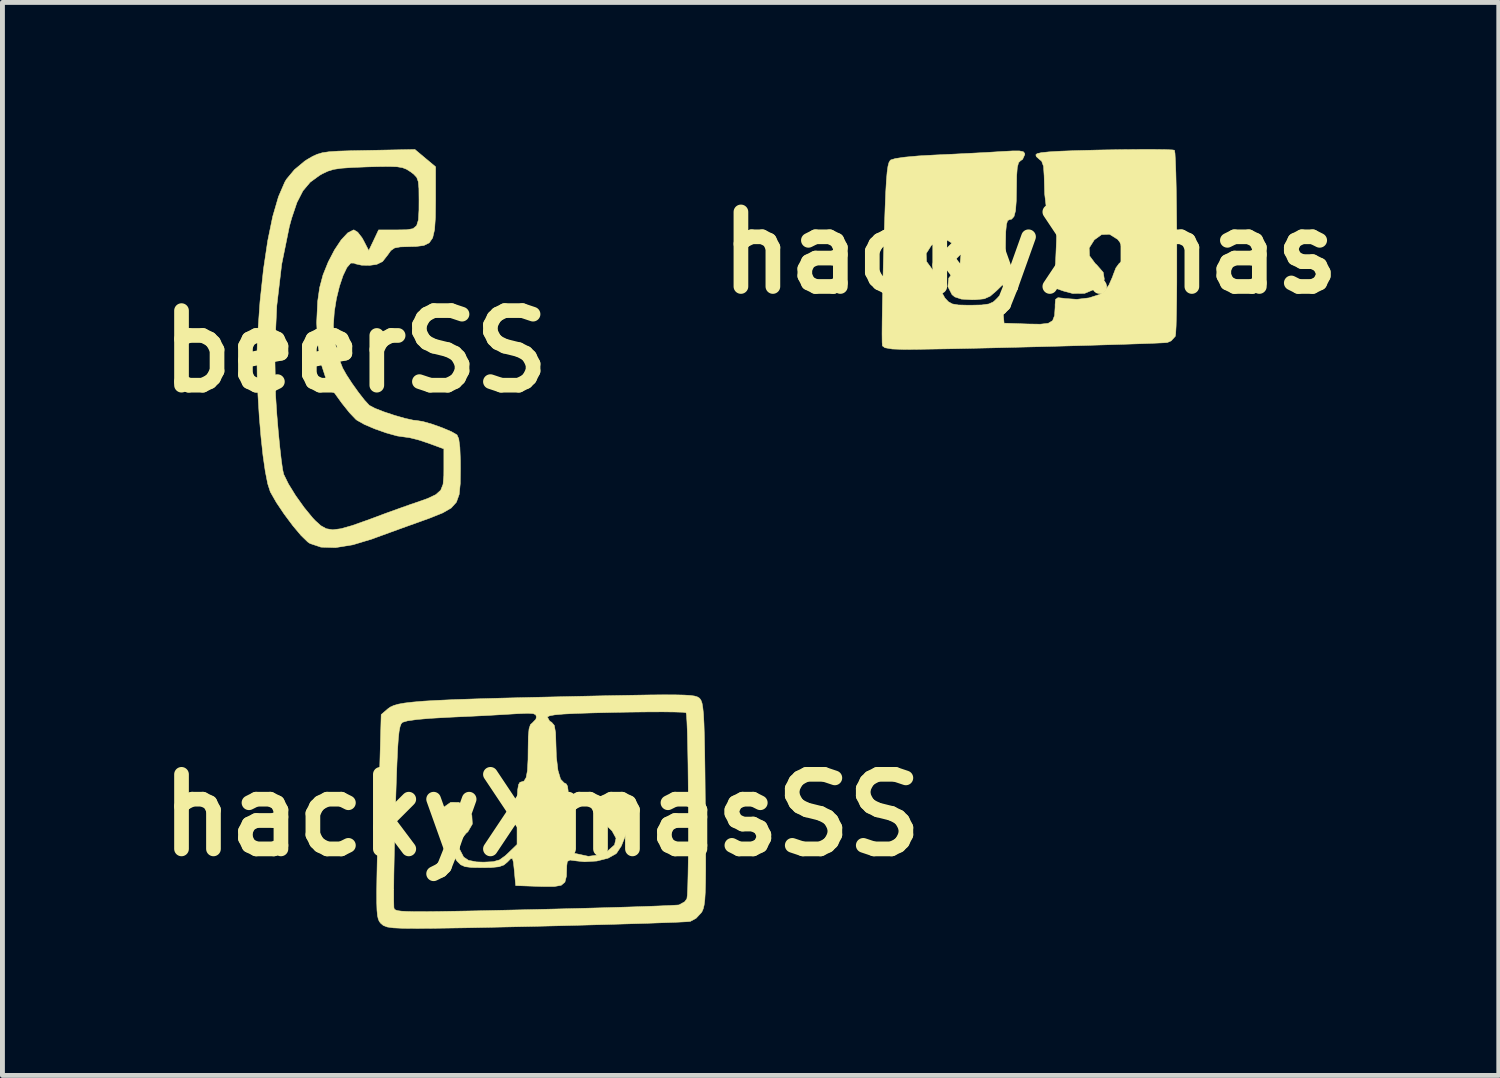
<source format=kicad_pcb>
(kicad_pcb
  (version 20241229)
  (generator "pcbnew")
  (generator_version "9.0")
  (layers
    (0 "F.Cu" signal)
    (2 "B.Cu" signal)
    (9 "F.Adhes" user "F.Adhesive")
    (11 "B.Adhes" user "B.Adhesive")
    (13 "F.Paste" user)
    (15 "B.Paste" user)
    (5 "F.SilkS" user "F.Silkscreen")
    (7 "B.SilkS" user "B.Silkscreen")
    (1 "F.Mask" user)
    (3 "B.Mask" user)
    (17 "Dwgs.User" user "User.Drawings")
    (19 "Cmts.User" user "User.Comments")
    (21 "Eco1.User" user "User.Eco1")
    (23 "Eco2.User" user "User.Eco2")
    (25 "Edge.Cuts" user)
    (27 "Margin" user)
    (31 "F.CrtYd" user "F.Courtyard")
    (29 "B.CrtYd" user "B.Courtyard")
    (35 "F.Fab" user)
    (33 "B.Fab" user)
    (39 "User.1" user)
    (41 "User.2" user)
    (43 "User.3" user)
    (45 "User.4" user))
  (footprint "hackyXmas"
    (layer "F.Cu")
    (at 18.008 2.116)
    (property "Reference" "hackyXmas" (at 0 0 0) (layer "F.SilkS") (effects (font (size 1.524 1.524) (thickness 0.3))))
    (attr through_hole)
    (fp_poly (pts (xy 2.54 -2.111) (xy 2.765 -2.108) (xy 2.906 -2.102) (xy 2.946 -2.095) (xy 2.957 -2.031) (xy 2.966 -1.871) (xy 2.975 -1.629) (xy 2.982 -1.324) (xy 2.987 -0.97) (xy 2.991 -0.585) (xy 2.994 -0.183) (xy 2.994 0.218) (xy 2.994 0.603) (xy 2.991 0.954) (xy 2.986 1.257) (xy 2.98 1.495) (xy 2.971 1.652) (xy 2.963 1.708) (xy 2.879 1.8) (xy 2.802 1.834) (xy 2.724 1.84) (xy 2.548 1.848) (xy 2.285 1.858) (xy 1.951 1.869) (xy 1.559 1.881) (xy 1.123 1.894) (xy 0.655 1.907) (xy 0.17 1.92) (xy -0.318 1.932) (xy -0.796 1.944) (xy -1.25 1.954) (xy -1.666 1.963) (xy -2.032 1.969) (xy -2.332 1.974) (xy -2.554 1.976) (xy -2.569 1.976) (xy -2.822 1.967) (xy -2.971 1.941) (xy -3.023 1.903) (xy -3.028 1.831) (xy -3.03 1.66) (xy -3.028 1.404) (xy -3.023 1.077) (xy -3.015 0.693) (xy -3.005 0.267) (xy -2.998 0.001) (xy -2.982 -0.509) (xy -2.968 -0.918) (xy -2.955 -1.237) (xy -2.941 -1.478) (xy -2.926 -1.652) (xy -2.909 -1.77) (xy -2.889 -1.844) (xy -2.865 -1.885) (xy -2.852 -1.897) (xy -2.757 -1.926) (xy -2.565 -1.954) (xy -2.291 -1.979) (xy -1.952 -1.998) (xy -1.93 -1.999) (xy -1.583 -2.015) (xy -1.226 -2.033) (xy -0.898 -2.05) (xy -0.638 -2.066) (xy -0.607 -2.068) (xy -0.368 -2.081) (xy -0.221 -2.081) (xy -0.143 -2.065) (xy -0.115 -2.031) (xy -0.113 -2.008) (xy -0.158 -1.909) (xy -0.198 -1.883) (xy -0.24 -1.842) (xy -0.266 -1.744) (xy -0.279 -1.57) (xy -0.282 -1.353) (xy -0.287 -1.059) (xy -0.302 -0.86) (xy -0.333 -0.742) (xy -0.382 -0.687) (xy -0.429 -0.677) (xy -0.465 -0.655) (xy -0.488 -0.577) (xy -0.502 -0.428) (xy -0.507 -0.19) (xy -0.508 -0.039) (xy -0.508 0.599) (xy -0.694 0.779) (xy -0.82 0.887) (xy -0.941 0.941) (xy -1.105 0.958) (xy -1.193 0.96) (xy -1.409 0.947) (xy -1.544 0.902) (xy -1.6 0.856) (xy -1.685 0.69) (xy -1.667 0.518) (xy -1.552 0.372) (xy -1.436 0.225) (xy -1.419 0.052) (xy -1.503 -0.118) (xy -1.542 -0.159) (xy -1.711 -0.265) (xy -1.875 -0.259) (xy -2.022 -0.152) (xy -2.128 0.016) (xy -2.121 0.179) (xy -2.004 0.339) (xy -1.897 0.488) (xy -1.863 0.623) (xy -1.828 0.776) (xy -1.746 0.924) (xy -1.675 1.001) (xy -1.593 1.046) (xy -1.469 1.067) (xy -1.271 1.072) (xy -1.218 1.072) (xy -0.993 1.067) (xy -0.85 1.047) (xy -0.757 1.005) (xy -0.7 0.953) (xy -0.638 0.889) (xy -0.603 0.886) (xy -0.583 0.962) (xy -0.565 1.132) (xy -0.564 1.136) (xy -0.536 1.439) (xy -0.049 1.456) (xy 0.204 1.46) (xy 0.366 1.442) (xy 0.456 1.388) (xy 0.496 1.282) (xy 0.507 1.11) (xy 0.507 1.056) (xy 0.516 0.953) (xy 0.565 0.918) (xy 0.686 0.931) (xy 0.706 0.935) (xy 0.952 0.952) (xy 1.202 0.922) (xy 1.414 0.853) (xy 1.514 0.788) (xy 1.607 0.659) (xy 1.683 0.487) (xy 1.692 0.457) (xy 1.749 0.31) (xy 1.818 0.216) (xy 1.835 0.205) (xy 1.905 0.126) (xy 1.916 -0.008) (xy 1.872 -0.157) (xy 1.788 -0.272) (xy 1.619 -0.378) (xy 1.456 -0.371) (xy 1.308 -0.264) (xy 1.203 -0.098) (xy 1.21 0.063) (xy 1.329 0.223) (xy 1.355 0.245) (xy 1.49 0.4) (xy 1.513 0.543) (xy 1.424 0.674) (xy 1.341 0.734) (xy 1.11 0.83) (xy 0.865 0.832) (xy 0.678 0.782) (xy 0.492 0.717) (xy 0.523 0.042) (xy 0.535 -0.246) (xy 0.538 -0.439) (xy 0.53 -0.559) (xy 0.509 -0.624) (xy 0.474 -0.654) (xy 0.454 -0.66) (xy 0.381 -0.737) (xy 0.327 -0.918) (xy 0.294 -1.2) (xy 0.283 -1.568) (xy 0.27 -1.768) (xy 0.231 -1.874) (xy 0.198 -1.899) (xy 0.123 -1.966) (xy 0.113 -2.002) (xy 0.139 -2.026) (xy 0.225 -2.046) (xy 0.38 -2.062) (xy 0.614 -2.076) (xy 0.938 -2.088) (xy 1.362 -2.099) (xy 1.51 -2.102) (xy 1.896 -2.108) (xy 2.245 -2.111) (xy 2.54 -2.111)) (stroke (width 0.01) (type solid)) (fill yes) (layer "F.SilkS")))
  (footprint "beerSS"
    (layer "F.Cu")
    (at 4.216 4.133)
    (property "Reference" "beerSS" (at 0 0 0) (layer "F.SilkS") (effects (font (size 1.524 1.524) (thickness 0.3))))
    (attr through_hole)
    (fp_poly (pts (xy 1.425 -3.951) (xy 1.637 -3.774) (xy 1.637 -3.085) (xy 1.633 -2.739) (xy 1.616 -2.49) (xy 1.577 -2.322) (xy 1.507 -2.22) (xy 1.397 -2.166) (xy 1.239 -2.146) (xy 1.112 -2.143) (xy 0.916 -2.137) (xy 0.798 -2.115) (xy 0.722 -2.062) (xy 0.652 -1.964) (xy 0.648 -1.959) (xy 0.552 -1.837) (xy 0.433 -1.779) (xy 0.291 -1.76) (xy 0.123 -1.763) (xy -0.002 -1.791) (xy -0.026 -1.805) (xy -0.097 -1.806) (xy -0.176 -1.715) (xy -0.255 -1.55) (xy -0.328 -1.332) (xy -0.39 -1.08) (xy -0.433 -0.813) (xy -0.451 -0.55) (xy -0.452 -0.521) (xy -0.417 -0.177) (xy -0.325 0.179) (xy -0.263 0.339) (xy -0.188 0.473) (xy -0.073 0.65) (xy 0.059 0.835) (xy 0.184 0.995) (xy 0.278 1.097) (xy 0.288 1.105) (xy 0.398 1.163) (xy 0.58 1.234) (xy 0.797 1.306) (xy 1.01 1.367) (xy 1.181 1.405) (xy 1.246 1.411) (xy 1.38 1.433) (xy 1.572 1.488) (xy 1.78 1.563) (xy 1.962 1.64) (xy 2.074 1.705) (xy 2.11 1.785) (xy 2.133 1.959) (xy 2.144 2.234) (xy 2.145 2.396) (xy 2.141 2.701) (xy 2.119 2.922) (xy 2.062 3.081) (xy 1.955 3.2) (xy 1.782 3.3) (xy 1.526 3.403) (xy 1.349 3.467) (xy 1.047 3.575) (xy 0.716 3.695) (xy 0.414 3.805) (xy 0.342 3.832) (xy -0.055 3.952) (xy -0.409 4.009) (xy -0.706 4) (xy -0.93 3.925) (xy -0.976 3.894) (xy -1.114 3.76) (xy -1.282 3.56) (xy -1.458 3.324) (xy -1.618 3.086) (xy -1.737 2.877) (xy -1.742 2.867) (xy -1.794 2.706) (xy -1.844 2.452) (xy -1.891 2.125) (xy -1.932 1.744) (xy -1.967 1.331) (xy -1.993 0.904) (xy -2.01 0.484) (xy -2.014 0.091) (xy -2.011 -0.031) (xy -1.651 -0.031) (xy -1.633 0.903) (xy -1.607 1.296) (xy -1.578 1.641) (xy -1.547 1.956) (xy -1.517 2.219) (xy -1.49 2.411) (xy -1.468 2.51) (xy -1.372 2.706) (xy -1.224 2.946) (xy -1.049 3.191) (xy -0.874 3.404) (xy -0.823 3.458) (xy -0.709 3.561) (xy -0.597 3.623) (xy -0.466 3.645) (xy -0.297 3.623) (xy -0.07 3.559) (xy 0.235 3.451) (xy 0.339 3.413) (xy 0.614 3.31) (xy 0.894 3.209) (xy 1.133 3.124) (xy 1.214 3.097) (xy 1.473 3.006) (xy 1.642 2.926) (xy 1.742 2.836) (xy 1.79 2.714) (xy 1.805 2.537) (xy 1.806 2.405) (xy 1.806 1.991) (xy 1.476 1.87) (xy 1.278 1.805) (xy 1.104 1.762) (xy 1.014 1.75) (xy 0.852 1.727) (xy 0.632 1.666) (xy 0.396 1.583) (xy 0.182 1.492) (xy 0.03 1.406) (xy 0.007 1.388) (xy -0.122 1.253) (xy -0.277 1.059) (xy -0.431 0.846) (xy -0.555 0.654) (xy -0.601 0.564) (xy -0.706 0.242) (xy -0.771 -0.153) (xy -0.794 -0.588) (xy -0.773 -1.026) (xy -0.733 -1.305) (xy -0.664 -1.564) (xy -0.558 -1.827) (xy -0.43 -2.073) (xy -0.293 -2.279) (xy -0.159 -2.423) (xy -0.042 -2.483) (xy -0.032 -2.484) (xy 0.045 -2.437) (xy 0.134 -2.322) (xy 0.162 -2.272) (xy 0.271 -2.061) (xy 0.372 -2.272) (xy 0.472 -2.484) (xy 0.851 -2.484) (xy 1.046 -2.487) (xy 1.174 -2.509) (xy 1.249 -2.57) (xy 1.286 -2.69) (xy 1.297 -2.888) (xy 1.298 -3.105) (xy 1.296 -3.329) (xy 1.283 -3.47) (xy 1.251 -3.558) (xy 1.189 -3.624) (xy 1.125 -3.672) (xy 1.045 -3.723) (xy 0.961 -3.756) (xy 0.848 -3.775) (xy 0.685 -3.781) (xy 0.447 -3.778) (xy 0.236 -3.772) (xy -0.068 -3.76) (xy -0.286 -3.745) (xy -0.443 -3.722) (xy -0.564 -3.685) (xy -0.676 -3.632) (xy -0.737 -3.597) (xy -0.926 -3.459) (xy -1.075 -3.282) (xy -1.197 -3.044) (xy -1.305 -2.724) (xy -1.352 -2.553) (xy -1.509 -1.781) (xy -1.609 -0.933) (xy -1.651 -0.031) (xy -2.011 -0.031) (xy -2.005 -0.257) (xy -2.004 -0.282) (xy -1.952 -1.016) (xy -1.881 -1.679) (xy -1.794 -2.263) (xy -1.692 -2.759) (xy -1.575 -3.161) (xy -1.446 -3.46) (xy -1.412 -3.518) (xy -1.249 -3.714) (xy -1.037 -3.891) (xy -0.981 -3.927) (xy -0.877 -3.987) (xy -0.783 -4.03) (xy -0.679 -4.061) (xy -0.544 -4.081) (xy -0.357 -4.094) (xy -0.099 -4.102) (xy 0.251 -4.109) (xy 0.254 -4.109) (xy 1.214 -4.128) (xy 1.425 -3.951)) (stroke (width 0.01) (type solid)) (fill yes) (layer "F.SilkS")))
  (footprint "hackyXmasSS"
    (layer "F.Cu")
    (at 8.026 13.611)
    (property "Reference" "hackyXmasSS" (at 0 0 0) (layer "F.SilkS") (effects (font (size 1.524 1.524) (thickness 0.3))))
    (attr through_hole)
    (fp_poly (pts (xy 2.727 -2.459) (xy 2.905 -2.455) (xy 3.033 -2.447) (xy 3.12 -2.435) (xy 3.176 -2.418) (xy 3.212 -2.397) (xy 3.227 -2.383) (xy 3.251 -2.348) (xy 3.272 -2.291) (xy 3.288 -2.2) (xy 3.302 -2.066) (xy 3.312 -1.876) (xy 3.32 -1.62) (xy 3.327 -1.287) (xy 3.333 -0.865) (xy 3.338 -0.344) (xy 3.34 -0.223) (xy 3.344 0.318) (xy 3.347 0.757) (xy 3.347 1.107) (xy 3.344 1.379) (xy 3.338 1.583) (xy 3.329 1.733) (xy 3.315 1.839) (xy 3.297 1.913) (xy 3.274 1.967) (xy 3.259 1.991) (xy 3.15 2.108) (xy 3.033 2.171) (xy 2.952 2.178) (xy 2.771 2.187) (xy 2.504 2.197) (xy 2.164 2.209) (xy 1.765 2.221) (xy 1.32 2.234) (xy 0.842 2.247) (xy 0.345 2.26) (xy -0.157 2.272) (xy -0.652 2.283) (xy -1.126 2.293) (xy -1.565 2.302) (xy -1.956 2.308) (xy -2.287 2.313) (xy -2.543 2.314) (xy -2.558 2.314) (xy -2.842 2.312) (xy -3.036 2.303) (xy -3.162 2.285) (xy -3.242 2.254) (xy -3.298 2.206) (xy -3.299 2.204) (xy -3.325 2.17) (xy -3.345 2.122) (xy -3.361 2.051) (xy -3.371 1.943) (xy -3.376 1.789) (xy -3.376 1.742) (xy -3.029 1.742) (xy -3.026 1.874) (xy -3.023 1.903) (xy -3.012 1.923) (xy -2.988 1.939) (xy -2.944 1.952) (xy -2.87 1.962) (xy -2.759 1.968) (xy -2.6 1.972) (xy -2.386 1.972) (xy -2.108 1.969) (xy -1.758 1.963) (xy -1.326 1.955) (xy -0.804 1.943) (xy -0.183 1.929) (xy 0.269 1.918) (xy 0.784 1.905) (xy 1.267 1.892) (xy 1.706 1.879) (xy 2.088 1.867) (xy 2.401 1.855) (xy 2.632 1.845) (xy 2.77 1.837) (xy 2.802 1.834) (xy 2.918 1.77) (xy 2.963 1.708) (xy 2.973 1.628) (xy 2.981 1.454) (xy 2.987 1.202) (xy 2.992 0.888) (xy 2.994 0.528) (xy 2.994 0.139) (xy 2.993 -0.264) (xy 2.99 -0.663) (xy 2.986 -1.044) (xy 2.98 -1.389) (xy 2.973 -1.683) (xy 2.964 -1.91) (xy 2.955 -2.052) (xy 2.946 -2.095) (xy 2.881 -2.104) (xy 2.719 -2.109) (xy 2.475 -2.112) (xy 2.166 -2.111) (xy 1.808 -2.107) (xy 1.51 -2.102) (xy 1.054 -2.091) (xy 0.701 -2.08) (xy 0.441 -2.067) (xy 0.263 -2.051) (xy 0.158 -2.032) (xy 0.115 -2.01) (xy 0.113 -2.002) (xy 0.158 -1.922) (xy 0.198 -1.899) (xy 0.253 -1.835) (xy 0.279 -1.686) (xy 0.283 -1.568) (xy 0.295 -1.194) (xy 0.328 -0.915) (xy 0.382 -0.735) (xy 0.454 -0.66) (xy 0.496 -0.64) (xy 0.523 -0.593) (xy 0.536 -0.499) (xy 0.538 -0.339) (xy 0.529 -0.094) (xy 0.523 0.042) (xy 0.492 0.717) (xy 0.678 0.782) (xy 0.95 0.841) (xy 1.186 0.809) (xy 1.341 0.734) (xy 1.484 0.608) (xy 1.515 0.471) (xy 1.434 0.322) (xy 1.355 0.245) (xy 1.22 0.086) (xy 1.197 -0.075) (xy 1.286 -0.24) (xy 1.308 -0.264) (xy 1.467 -0.376) (xy 1.631 -0.374) (xy 1.788 -0.272) (xy 1.879 -0.142) (xy 1.917 0.008) (xy 1.9 0.138) (xy 1.835 0.205) (xy 1.768 0.276) (xy 1.705 0.414) (xy 1.692 0.457) (xy 1.623 0.63) (xy 1.53 0.771) (xy 1.514 0.788) (xy 1.352 0.879) (xy 1.123 0.937) (xy 0.87 0.952) (xy 0.706 0.935) (xy 0.574 0.917) (xy 0.519 0.946) (xy 0.507 1.04) (xy 0.507 1.056) (xy 0.501 1.247) (xy 0.47 1.368) (xy 0.394 1.433) (xy 0.252 1.458) (xy 0.023 1.458) (xy -0.049 1.456) (xy -0.536 1.439) (xy -0.564 1.136) (xy -0.582 0.964) (xy -0.602 0.887) (xy -0.637 0.888) (xy -0.699 0.951) (xy -0.7 0.953) (xy -0.776 1.017) (xy -0.878 1.054) (xy -1.038 1.07) (xy -1.218 1.072) (xy -1.436 1.069) (xy -1.572 1.052) (xy -1.66 1.013) (xy -1.731 0.943) (xy -1.746 0.924) (xy -1.829 0.772) (xy -1.863 0.623) (xy -1.908 0.465) (xy -2.004 0.339) (xy -2.122 0.176) (xy -2.127 0.014) (xy -2.022 -0.152) (xy -1.863 -0.263) (xy -1.699 -0.261) (xy -1.542 -0.159) (xy -1.432 0.006) (xy -1.422 0.181) (xy -1.512 0.337) (xy -1.552 0.372) (xy -1.668 0.52) (xy -1.685 0.692) (xy -1.6 0.856) (xy -1.5 0.923) (xy -1.337 0.955) (xy -1.193 0.96) (xy -0.998 0.951) (xy -0.866 0.914) (xy -0.748 0.829) (xy -0.694 0.779) (xy -0.508 0.599) (xy -0.508 -0.039) (xy -0.505 -0.326) (xy -0.496 -0.516) (xy -0.477 -0.626) (xy -0.448 -0.673) (xy -0.429 -0.677) (xy -0.365 -0.698) (xy -0.322 -0.77) (xy -0.296 -0.911) (xy -0.284 -1.136) (xy -0.282 -1.353) (xy -0.278 -1.606) (xy -0.263 -1.765) (xy -0.234 -1.852) (xy -0.198 -1.883) (xy -0.123 -1.961) (xy -0.113 -2.008) (xy -0.126 -2.052) (xy -0.178 -2.076) (xy -0.29 -2.083) (xy -0.484 -2.075) (xy -0.607 -2.068) (xy -0.853 -2.053) (xy -1.173 -2.035) (xy -1.528 -2.018) (xy -1.88 -2.002) (xy -1.93 -1.999) (xy -2.273 -1.98) (xy -2.551 -1.956) (xy -2.748 -1.928) (xy -2.85 -1.898) (xy -2.852 -1.897) (xy -2.878 -1.866) (xy -2.9 -1.808) (xy -2.919 -1.711) (xy -2.935 -1.563) (xy -2.949 -1.354) (xy -2.962 -1.071) (xy -2.976 -0.704) (xy -2.991 -0.241) (xy -2.998 0.001) (xy -3.01 0.447) (xy -3.019 0.857) (xy -3.026 1.22) (xy -3.029 1.519) (xy -3.029 1.742) (xy -3.376 1.742) (xy -3.377 1.576) (xy -3.373 1.293) (xy -3.366 0.93) (xy -3.354 0.475) (xy -3.342 0.019) (xy -3.285 -2.056) (xy -3.146 -2.176) (xy -3.096 -2.211) (xy -3.028 -2.242) (xy -2.934 -2.269) (xy -2.805 -2.292) (xy -2.633 -2.312) (xy -2.41 -2.331) (xy -2.126 -2.347) (xy -1.774 -2.363) (xy -1.345 -2.377) (xy -0.831 -2.392) (xy -0.223 -2.407) (xy 0.487 -2.423) (xy 0.705 -2.428) (xy 1.294 -2.441) (xy 1.78 -2.45) (xy 2.174 -2.457) (xy 2.486 -2.46) (xy 2.727 -2.459)) (stroke (width 0.01) (type solid)) (fill yes) (layer "F.SilkS")))
  (gr_rect
    (start -3 -3)
    (end 27.583 18.93)
    (stroke (width 0.1) (type default))
    (fill no)
    (layer "Edge.Cuts")))
</source>
